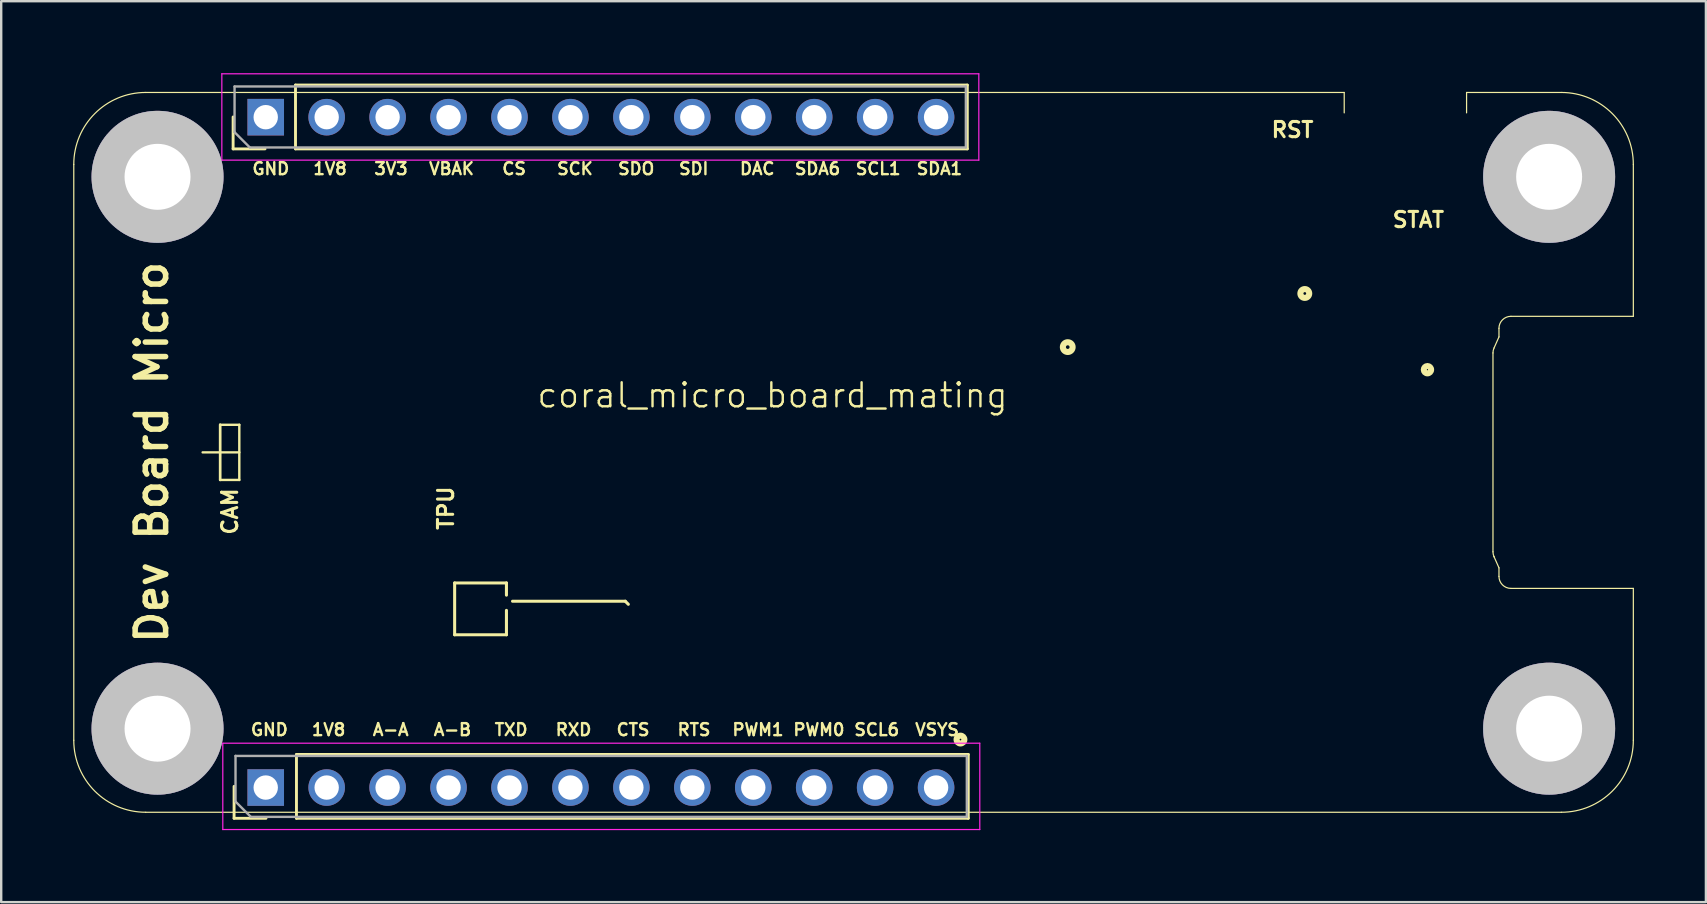
<source format=kicad_pcb>
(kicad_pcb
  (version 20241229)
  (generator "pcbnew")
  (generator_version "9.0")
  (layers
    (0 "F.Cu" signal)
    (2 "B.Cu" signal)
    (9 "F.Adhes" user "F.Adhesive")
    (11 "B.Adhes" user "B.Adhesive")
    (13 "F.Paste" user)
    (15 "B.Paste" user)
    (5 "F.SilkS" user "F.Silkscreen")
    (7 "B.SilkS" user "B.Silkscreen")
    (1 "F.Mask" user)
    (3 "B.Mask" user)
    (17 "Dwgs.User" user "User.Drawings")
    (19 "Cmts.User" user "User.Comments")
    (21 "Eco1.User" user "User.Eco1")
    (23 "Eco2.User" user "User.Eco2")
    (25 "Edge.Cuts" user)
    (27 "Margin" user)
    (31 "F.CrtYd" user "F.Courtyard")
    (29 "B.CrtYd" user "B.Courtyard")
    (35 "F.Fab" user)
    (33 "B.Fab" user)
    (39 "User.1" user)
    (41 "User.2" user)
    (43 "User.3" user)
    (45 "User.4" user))
  (footprint "coral_micro_board_mating"
    (layer "F.Cu")
    (at 29.146 13.925)
    (property "Reference" "coral_micro_board_mating" (at 0 -0.5 0) (unlocked yes) (layer "F.SilkS") (effects (font (size 1 1) (thickness 0.1))))
    (attr through_hole)
    (fp_line (start -29.121 13.879) (end -29.121 -10.121) (stroke (width 0.05) (type solid)) (layer "F.SilkS"))
    (fp_line (start -26.121 -13.121) (end 23.829 -13.121) (stroke (width 0.05) (type solid)) (layer "F.SilkS"))
    (fp_line (start -23.022 0.729) (end -23.022 3.029) (stroke (width 0.1) (type default)) (layer "F.SilkS"))
    (fp_line (start -23.022 0.729) (end -22.222 0.729) (stroke (width 0.1) (type default)) (layer "F.SilkS"))
    (fp_line (start -23.022 3.029) (end -23.022 0.729) (stroke (width 0.1) (type default)) (layer "F.SilkS"))
    (fp_line (start -22.48 -10.77) (end -22.48 -12.1) (stroke (width 0.12) (type solid)) (layer "F.SilkS"))
    (fp_line (start -22.44 17.13) (end -22.44 15.8) (stroke (width 0.12) (type solid)) (layer "F.SilkS"))
    (fp_line (start -22.222 0.729) (end -22.222 3.029) (stroke (width 0.1) (type default)) (layer "F.SilkS"))
    (fp_line (start -22.222 1.879) (end -23.75 1.879) (stroke (width 0.1) (type default)) (layer "F.SilkS"))
    (fp_line (start -22.222 3.029) (end -23.022 3.029) (stroke (width 0.1) (type default)) (layer "F.SilkS"))
    (fp_line (start -21.15 -10.77) (end -22.48 -10.77) (stroke (width 0.12) (type solid)) (layer "F.SilkS"))
    (fp_line (start -21.11 17.13) (end -22.44 17.13) (stroke (width 0.12) (type solid)) (layer "F.SilkS"))
    (fp_line (start -19.88 -13.43) (end 8.12 -13.43) (stroke (width 0.12) (type solid)) (layer "F.SilkS"))
    (fp_line (start -19.88 -10.77) (end -19.88 -13.43) (stroke (width 0.12) (type solid)) (layer "F.SilkS"))
    (fp_line (start -19.88 -10.77) (end 8.12 -10.77) (stroke (width 0.12) (type solid)) (layer "F.SilkS"))
    (fp_line (start -19.84 14.47) (end 8.16 14.47) (stroke (width 0.12) (type solid)) (layer "F.SilkS"))
    (fp_line (start -19.84 17.13) (end -19.84 14.47) (stroke (width 0.12) (type solid)) (layer "F.SilkS"))
    (fp_line (start -19.84 17.13) (end 8.16 17.13) (stroke (width 0.12) (type solid)) (layer "F.SilkS"))
    (fp_line (start -13.247 7.322) (end -11.088 7.322) (stroke (width 0.127) (type solid)) (layer "F.SilkS"))
    (fp_line (start -13.247 9.481) (end -13.247 7.322) (stroke (width 0.127) (type solid)) (layer "F.SilkS"))
    (fp_line (start -13.247 9.481) (end -11.088 9.481) (stroke (width 0.127) (type solid)) (layer "F.SilkS"))
    (fp_line (start -11.088 7.83) (end -11.088 7.322) (stroke (width 0.127) (type solid)) (layer "F.SilkS"))
    (fp_line (start -11.088 9.481) (end -11.088 8.465) (stroke (width 0.127) (type solid)) (layer "F.SilkS"))
    (fp_line (start -10.834 8.084) (end -6.135 8.084) (stroke (width 0.127) (type solid)) (layer "F.SilkS"))
    (fp_line (start -6.135 8.084) (end -6.008 8.211) (stroke (width 0.127) (type solid)) (layer "F.SilkS"))
    (fp_line (start 8.12 -10.77) (end 8.12 -13.43) (stroke (width 0.12) (type solid)) (layer "F.SilkS"))
    (fp_line (start 8.16 17.13) (end 8.16 14.47) (stroke (width 0.12) (type solid)) (layer "F.SilkS"))
    (fp_line (start 23.829 -13.121) (end 23.829 -12.271) (stroke (width 0.05) (type solid)) (layer "F.SilkS"))
    (fp_line (start 28.929 -13.121) (end 32.879 -13.121) (stroke (width 0.05) (type solid)) (layer "F.SilkS"))
    (fp_line (start 28.929 -12.271) (end 28.929 -13.121) (stroke (width 0.05) (type solid)) (layer "F.SilkS"))
    (fp_line (start 30.029 -2.265) (end 30.029 6.022) (stroke (width 0.05) (type solid)) (layer "F.SilkS"))
    (fp_line (start 30.072 6.226) (end 30.072 6.226) (stroke (width 0.05) (type solid)) (layer "F.SilkS"))
    (fp_line (start 30.072 6.226) (end 30.279 6.691) (stroke (width 0.05) (type solid)) (layer "F.SilkS"))
    (fp_line (start 30.279 -3.291) (end 30.279 -2.933) (stroke (width 0.05) (type solid)) (layer "F.SilkS"))
    (fp_line (start 30.279 -2.933) (end 30.072 -2.468) (stroke (width 0.05) (type solid)) (layer "F.SilkS"))
    (fp_line (start 30.279 6.691) (end 30.279 7.049) (stroke (width 0.05) (type solid)) (layer "F.SilkS"))
    (fp_line (start 30.779 7.549) (end 35.879 7.549) (stroke (width 0.05) (type solid)) (layer "F.SilkS"))
    (fp_line (start 32.879 16.879) (end -26.121 16.879) (stroke (width 0.05) (type solid)) (layer "F.SilkS"))
    (fp_line (start 35.879 -10.121) (end 35.879 -3.791) (stroke (width 0.05) (type solid)) (layer "F.SilkS"))
    (fp_line (start 35.879 -3.791) (end 30.779 -3.791) (stroke (width 0.05) (type solid)) (layer "F.SilkS"))
    (fp_line (start 35.879 7.549) (end 35.879 13.879) (stroke (width 0.05) (type solid)) (layer "F.SilkS"))
    (fp_arc (start -29.12132 -10.12132) (mid -28.24264 -12.24264) (end -26.12132 -13.12132) (stroke (width 0.05) (type solid)) (layer "F.SilkS"))
    (fp_arc (start -26.12132 16.87868) (mid -28.24264 16) (end -29.12132 13.87868) (stroke (width 0.05) (type solid)) (layer "F.SilkS"))
    (fp_arc (start 30.02868 -2.26512) (mid 30.039592 -2.369007) (end 30.07185 -2.46836) (stroke (width 0.05) (type solid)) (layer "F.SilkS"))
    (fp_arc (start 30.07185 6.22571) (mid 30.0396 6.126355) (end 30.02868 6.02247) (stroke (width 0.05) (type solid)) (layer "F.SilkS"))
    (fp_arc (start 30.27868 -3.29132) (mid 30.425127 -3.644873) (end 30.77868 -3.79132) (stroke (width 0.05) (type solid)) (layer "F.SilkS"))
    (fp_arc (start 30.77868 7.54868) (mid 30.425127 7.402233) (end 30.27868 7.04868) (stroke (width 0.05) (type solid)) (layer "F.SilkS"))
    (fp_arc (start 32.87868 -13.12132) (mid 35 -12.24264) (end 35.87868 -10.12132) (stroke (width 0.05) (type solid)) (layer "F.SilkS"))
    (fp_arc (start 35.87868 13.87868) (mid 35 16) (end 32.87868 16.87868) (stroke (width 0.05) (type solid)) (layer "F.SilkS"))
    (fp_circle (center 7.835 13.849) (end 7.835 13.814) (stroke (width 0.254) (type solid)) (fill no) (layer "F.SilkS"))
    (fp_circle (center 12.306 -2.508) (end 12.306 -2.584) (stroke (width 0.254) (type solid)) (fill no) (layer "F.SilkS"))
    (fp_circle (center 22.186 -4.743) (end 22.186 -4.8) (stroke (width 0.254) (type solid)) (fill no) (layer "F.SilkS"))
    (fp_circle (center 27.298 -1.567) (end 27.298 -1.592) (stroke (width 0.254) (type solid)) (fill no) (layer "F.SilkS"))
    (fp_line (start -22.95 -13.9) (end -22.95 -10.3) (stroke (width 0.05) (type solid)) (layer "F.CrtYd"))
    (fp_line (start -22.95 -10.3) (end 8.6 -10.3) (stroke (width 0.05) (type solid)) (layer "F.CrtYd"))
    (fp_line (start -22.91 14) (end -22.91 17.6) (stroke (width 0.05) (type solid)) (layer "F.CrtYd"))
    (fp_line (start -22.91 17.6) (end 8.64 17.6) (stroke (width 0.05) (type solid)) (layer "F.CrtYd"))
    (fp_line (start 8.6 -13.9) (end -22.95 -13.9) (stroke (width 0.05) (type solid)) (layer "F.CrtYd"))
    (fp_line (start 8.6 -10.3) (end 8.6 -13.9) (stroke (width 0.05) (type solid)) (layer "F.CrtYd"))
    (fp_line (start 8.64 14) (end -22.91 14) (stroke (width 0.05) (type solid)) (layer "F.CrtYd"))
    (fp_line (start 8.64 17.6) (end 8.64 14) (stroke (width 0.05) (type solid)) (layer "F.CrtYd"))
    (fp_line (start -22.42 -13.37) (end 8.06 -13.37) (stroke (width 0.1) (type solid)) (layer "F.Fab"))
    (fp_line (start -22.42 -11.465) (end -22.42 -13.37) (stroke (width 0.1) (type solid)) (layer "F.Fab"))
    (fp_line (start -22.38 14.53) (end 8.1 14.53) (stroke (width 0.1) (type solid)) (layer "F.Fab"))
    (fp_line (start -22.38 16.435) (end -22.38 14.53) (stroke (width 0.1) (type solid)) (layer "F.Fab"))
    (fp_line (start -21.785 -10.83) (end -22.42 -11.465) (stroke (width 0.1) (type solid)) (layer "F.Fab"))
    (fp_line (start -21.745 17.07) (end -22.38 16.435) (stroke (width 0.1) (type solid)) (layer "F.Fab"))
    (fp_line (start 8.06 -13.37) (end 8.06 -10.83) (stroke (width 0.1) (type solid)) (layer "F.Fab"))
    (fp_line (start 8.06 -10.83) (end -21.785 -10.83) (stroke (width 0.1) (type solid)) (layer "F.Fab"))
    (fp_line (start 8.1 14.53) (end 8.1 17.07) (stroke (width 0.1) (type solid)) (layer "F.Fab"))
    (fp_line (start 8.1 17.07) (end -21.745 17.07) (stroke (width 0.1) (type solid)) (layer "F.Fab"))
    (fp_line (start -29.121 13.879) (end -29.121 -10.121) (stroke (width 0.013) (type solid)) (layer "User.4"))
    (fp_line (start -26.121 -13.121) (end 32.879 -13.121) (stroke (width 0.013) (type solid)) (layer "User.4"))
    (fp_line (start -26.121 16.879) (end 32.879 16.879) (stroke (width 0.013) (type solid)) (layer "User.4"))
    (fp_line (start -22.368 -13.361) (end 8.112 -13.361) (stroke (width 0.013) (type solid)) (layer "User.4"))
    (fp_line (start -22.368 -10.821) (end -22.368 -13.361) (stroke (width 0.013) (type solid)) (layer "User.4"))
    (fp_line (start -22.368 -10.821) (end 8.112 -10.821) (stroke (width 0.013) (type solid)) (layer "User.4"))
    (fp_line (start -22.368 14.579) (end 8.112 14.579) (stroke (width 0.013) (type solid)) (layer "User.4"))
    (fp_line (start -22.368 17.119) (end -22.368 14.579) (stroke (width 0.013) (type solid)) (layer "User.4"))
    (fp_line (start -22.368 17.119) (end 8.112 17.119) (stroke (width 0.013) (type solid)) (layer "User.4"))
    (fp_line (start -21.878 9.629) (end -14.378 9.629) (stroke (width 0.013) (type solid)) (layer "User.4"))
    (fp_line (start -21.878 14.129) (end -21.878 9.629) (stroke (width 0.013) (type solid)) (layer "User.4"))
    (fp_line (start -21.878 14.129) (end -14.378 14.129) (stroke (width 0.013) (type solid)) (layer "User.4"))
    (fp_line (start -20.705 -9.621) (end -16.705 -9.621) (stroke (width 0.013) (type solid)) (layer "User.4"))
    (fp_line (start -20.705 -6.621) (end -20.705 -9.621) (stroke (width 0.013) (type solid)) (layer "User.4"))
    (fp_line (start -20.705 -6.621) (end -16.705 -6.621) (stroke (width 0.013) (type solid)) (layer "User.4"))
    (fp_line (start -20.628 -0.621) (end -15.628 -0.621) (stroke (width 0.013) (type solid)) (layer "User.4"))
    (fp_line (start -20.628 9.629) (end -20.628 -0.621) (stroke (width 0.013) (type solid)) (layer "User.4"))
    (fp_line (start -18.528 -4.971) (end -17.728 -4.971) (stroke (width 0.013) (type solid)) (layer "User.4"))
    (fp_line (start -18.528 -3.271) (end -18.528 -4.971) (stroke (width 0.013) (type solid)) (layer "User.4"))
    (fp_line (start -18.528 -3.271) (end -17.728 -3.271) (stroke (width 0.013) (type solid)) (layer "User.4"))
    (fp_line (start -17.728 -3.271) (end -17.728 -4.971) (stroke (width 0.013) (type solid)) (layer "User.4"))
    (fp_line (start -16.705 -6.621) (end -16.705 -9.621) (stroke (width 0.013) (type solid)) (layer "User.4"))
    (fp_line (start -15.628 9.629) (end -15.628 -0.621) (stroke (width 0.013) (type solid)) (layer "User.4"))
    (fp_line (start -14.378 14.129) (end -14.378 9.629) (stroke (width 0.013) (type solid)) (layer "User.4"))
    (fp_line (start -1.028 1.029) (end -0.228 1.029) (stroke (width 0.013) (type solid)) (layer "User.4"))
    (fp_line (start -1.028 2.729) (end -1.028 1.029) (stroke (width 0.013) (type solid)) (layer "User.4"))
    (fp_line (start -1.028 2.729) (end -0.228 2.729) (stroke (width 0.013) (type solid)) (layer "User.4"))
    (fp_line (start -0.228 2.729) (end -0.228 1.029) (stroke (width 0.013) (type solid)) (layer "User.4"))
    (fp_line (start 1.272 0.279) (end 5.472 0.279) (stroke (width 0.013) (type solid)) (layer "User.4"))
    (fp_line (start 1.272 3.479) (end 1.272 0.279) (stroke (width 0.013) (type solid)) (layer "User.4"))
    (fp_line (start 1.272 3.479) (end 5.472 3.479) (stroke (width 0.013) (type solid)) (layer "User.4"))
    (fp_line (start 5.472 3.479) (end 5.472 0.279) (stroke (width 0.013) (type solid)) (layer "User.4"))
    (fp_line (start 6.972 1.029) (end 7.772 1.029) (stroke (width 0.013) (type solid)) (layer "User.4"))
    (fp_line (start 6.972 2.729) (end 6.972 1.029) (stroke (width 0.013) (type solid)) (layer "User.4"))
    (fp_line (start 6.972 2.729) (end 7.772 2.729) (stroke (width 0.013) (type solid)) (layer "User.4"))
    (fp_line (start 7.772 2.729) (end 7.772 1.029) (stroke (width 0.013) (type solid)) (layer "User.4"))
    (fp_line (start 8.112 -10.821) (end 8.112 -13.361) (stroke (width 0.013) (type solid)) (layer "User.4"))
    (fp_line (start 8.112 17.119) (end 8.112 14.579) (stroke (width 0.013) (type solid)) (layer "User.4"))
    (fp_line (start 34.472 -5.971) (end 35.272 -5.971) (stroke (width 0.013) (type solid)) (layer "User.4"))
    (fp_line (start 34.472 -4.271) (end 34.472 -5.971) (stroke (width 0.013) (type solid)) (layer "User.4"))
    (fp_line (start 34.472 -4.271) (end 35.272 -4.271) (stroke (width 0.013) (type solid)) (layer "User.4"))
    (fp_line (start 34.472 8.029) (end 35.272 8.029) (stroke (width 0.013) (type solid)) (layer "User.4"))
    (fp_line (start 34.472 9.729) (end 34.472 8.029) (stroke (width 0.013) (type solid)) (layer "User.4"))
    (fp_line (start 34.472 9.729) (end 35.272 9.729) (stroke (width 0.013) (type solid)) (layer "User.4"))
    (fp_line (start 35.272 -4.271) (end 35.272 -5.971) (stroke (width 0.013) (type solid)) (layer "User.4"))
    (fp_line (start 35.272 9.729) (end 35.272 8.029) (stroke (width 0.013) (type solid)) (layer "User.4"))
    (fp_line (start 35.879 13.879) (end 35.879 -10.121) (stroke (width 0.013) (type solid)) (layer "User.4"))
    (fp_arc (start -29.12132 -10.12132) (mid -28.242651 -12.242651) (end -26.12132 -13.12132) (stroke (width 0.0127) (type solid)) (layer "User.4"))
    (fp_arc (start -26.12132 16.87868) (mid -28.242615 15.999975) (end -29.12132 13.87868) (stroke (width 0.0127) (type solid)) (layer "User.4"))
    (fp_arc (start 32.87868 -13.12132) (mid 34.999951 -12.242603) (end 35.87868 -10.12132) (stroke (width 0.0127) (type solid)) (layer "User.4"))
    (fp_arc (start 35.87868 13.87868) (mid 35.000009 16.000009) (end 32.87868 16.87868) (stroke (width 0.0127) (type solid)) (layer "User.4"))
    (fp_circle (center -25.621 -9.621) (end -25.621 -10.996) (stroke (width 0.013) (type solid)) (fill no) (layer "User.4"))
    (fp_circle (center -25.621 13.379) (end -25.621 12.004) (stroke (width 0.013) (type solid)) (fill no) (layer "User.4"))
    (fp_circle (center -18.128 -8.121) (end -18.128 -8.446) (stroke (width 0.013) (type solid)) (fill no) (layer "User.4"))
    (fp_circle (center -18.128 1.879) (end -18.128 -0.121) (stroke (width 0.013) (type solid)) (fill no) (layer "User.4"))
    (fp_circle (center 32.379 -9.621) (end 32.379 -10.996) (stroke (width 0.013) (type solid)) (fill no) (layer "User.4"))
    (fp_circle (center 32.379 13.379) (end 32.379 12.004) (stroke (width 0.013) (type solid)) (fill no) (layer "User.4"))
    (fp_text user "PWM1" (at -1.73 13.73 0) (unlocked yes) (layer "F.SilkS") (effects (font (size 0.5 0.5) (thickness 0.1)) (justify left bottom)))
    (fp_text user "TXD" (at -11.636 13.73 0) (unlocked yes) (layer "F.SilkS") (effects (font (size 0.5 0.5) (thickness 0.1)) (justify left bottom)))
    (fp_text user "A-B" (at -14.176 13.73 0) (unlocked yes) (layer "F.SilkS") (effects (font (size 0.5 0.5) (thickness 0.1)) (justify left bottom)))
    (fp_text user "GND" (at -21.796 13.73 0) (unlocked yes) (layer "F.SilkS") (effects (font (size 0.5 0.5) (thickness 0.1)) (justify left bottom)))
    (fp_text user "3V3" (at -16.656 -9.65 0) (unlocked yes) (layer "F.SilkS") (effects (font (size 0.5 0.5) (thickness 0.1)) (justify left bottom)))
    (fp_text user "RTS" (at -4.016 13.73 0) (unlocked yes) (layer "F.SilkS") (effects (font (size 0.5 0.5) (thickness 0.1)) (justify left bottom)))
    (fp_text user "Dev Board Micro" (at -25.126 1.878 90) (unlocked yes) (layer "F.SilkS") (effects (font (size 1.27 1.27) (thickness 0.229)) (justify bottom)))
    (fp_text user "1V8" (at -19.196 -9.65 0) (unlocked yes) (layer "F.SilkS") (effects (font (size 0.5 0.5) (thickness 0.1)) (justify left bottom)))
    (fp_text user "RST" (at 20.728 -11.194 0) (unlocked yes) (layer "F.SilkS") (effects (font (size 0.635 0.635) (thickness 0.127)) (justify left bottom)))
    (fp_text user "SDA1" (at 5.95 -9.65 0) (unlocked yes) (layer "F.SilkS") (effects (font (size 0.5 0.5) (thickness 0.1)) (justify left bottom)))
    (fp_text user "SCL6" (at 3.35 13.73 0) (unlocked yes) (layer "F.SilkS") (effects (font (size 0.5 0.5) (thickness 0.1)) (justify left bottom)))
    (fp_text user "STAT" (at 25.778 -7.444 0) (unlocked yes) (layer "F.SilkS") (effects (font (size 0.635 0.635) (thickness 0.127)) (justify left bottom)))
    (fp_text user "GND" (at -21.736 -9.65 0) (unlocked yes) (layer "F.SilkS") (effects (font (size 0.5 0.5) (thickness 0.1)) (justify left bottom)))
    (fp_text user "PWM0" (at 0.81 13.73 0) (unlocked yes) (layer "F.SilkS") (effects (font (size 0.5 0.5) (thickness 0.1)) (justify left bottom)))
    (fp_text user "SCL1" (at 3.41 -9.65 0) (unlocked yes) (layer "F.SilkS") (effects (font (size 0.5 0.5) (thickness 0.1)) (justify left bottom)))
    (fp_text user "DAC" (at -1.416 -9.65 0) (unlocked yes) (layer "F.SilkS") (effects (font (size 0.5 0.5) (thickness 0.1)) (justify left bottom)))
    (fp_text user "CAM" (at -22.244 5.379 90) (unlocked yes) (layer "F.SilkS") (effects (font (size 0.635 0.635) (thickness 0.127)) (justify left bottom)))
    (fp_text user "TPU" (at -13.244 5.179 90) (unlocked yes) (layer "F.SilkS") (effects (font (size 0.635 0.635) (thickness 0.127)) (justify left bottom)))
    (fp_text user "RXD" (at -9.096 13.73 0) (unlocked yes) (layer "F.SilkS") (effects (font (size 0.5 0.5) (thickness 0.1)) (justify left bottom)))
    (fp_text user "VBAK" (at -14.37 -9.65 0) (unlocked yes) (layer "F.SilkS") (effects (font (size 0.5 0.5) (thickness 0.1)) (justify left bottom)))
    (fp_text user "VSYS" (at 5.89 13.73 0) (unlocked yes) (layer "F.SilkS") (effects (font (size 0.5 0.5) (thickness 0.1)) (justify left bottom)))
    (fp_text user "CS" (at -11.322 -9.65 0) (unlocked yes) (layer "F.SilkS") (effects (font (size 0.5 0.5) (thickness 0.1)) (justify left bottom)))
    (fp_text user "SDA6" (at 0.87 -9.65 0) (unlocked yes) (layer "F.SilkS") (effects (font (size 0.5 0.5) (thickness 0.1)) (justify left bottom)))
    (fp_text user "SDI" (at -3.956 -9.65 0) (unlocked yes) (layer "F.SilkS") (effects (font (size 0.5 0.5) (thickness 0.1)) (justify left bottom)))
    (fp_text user "SDO" (at -6.496 -9.65 0) (unlocked yes) (layer "F.SilkS") (effects (font (size 0.5 0.5) (thickness 0.1)) (justify left bottom)))
    (fp_text user "SCK" (at -9.036 -9.65 0) (unlocked yes) (layer "F.SilkS") (effects (font (size 0.5 0.5) (thickness 0.1)) (justify left bottom)))
    (fp_text user "A-A" (at -16.716 13.73 0) (unlocked yes) (layer "F.SilkS") (effects (font (size 0.5 0.5) (thickness 0.1)) (justify left bottom)))
    (fp_text user "1V8" (at -19.256 13.73 0) (unlocked yes) (layer "F.SilkS") (effects (font (size 0.5 0.5) (thickness 0.1)) (justify left bottom)))
    (fp_text user "CTS" (at -6.556 13.73 0) (unlocked yes) (layer "F.SilkS") (effects (font (size 0.5 0.5) (thickness 0.1)) (justify left bottom)))
    (pad "" thru_hole circle (at -25.63 -9.605) (size 5.5 5.5) (drill 2.75) (layers "*.Cu" "F.Paste" "Dwgs.User"))
    (pad "" thru_hole circle (at -25.63 13.395) (size 5.5 5.5) (drill 2.75) (layers "*.Cu" "F.Paste" "Dwgs.User"))
    (pad "" thru_hole circle (at 32.37 -9.605) (size 5.5 5.5) (drill 2.75) (layers "*.Cu" "F.Paste" "Dwgs.User"))
    (pad "" thru_hole circle (at 32.37 13.395) (size 5.5 5.5) (drill 2.75) (layers "*.Cu" "F.Paste" "Dwgs.User"))
    (pad "1" thru_hole rect (at -21.121 -12.091) (size 1.524 1.524) (drill 1.016) (layers "*.Cu" "*.Mask"))
    (pad "2" thru_hole circle (at -18.581 -12.091) (size 1.524 1.524) (drill 1.016) (layers "*.Cu" "*.Mask"))
    (pad "3" thru_hole circle (at -16.041 -12.091) (size 1.524 1.524) (drill 1.016) (layers "*.Cu" "*.Mask"))
    (pad "4" thru_hole circle (at -13.501 -12.091) (size 1.524 1.524) (drill 1.016) (layers "*.Cu" "*.Mask"))
    (pad "5" thru_hole circle (at -10.961 -12.091) (size 1.524 1.524) (drill 1.016) (layers "*.Cu" "*.Mask"))
    (pad "6" thru_hole circle (at -8.421 -12.091) (size 1.524 1.524) (drill 1.016) (layers "*.Cu" "*.Mask"))
    (pad "7" thru_hole circle (at -5.881 -12.091) (size 1.524 1.524) (drill 1.016) (layers "*.Cu" "*.Mask"))
    (pad "8" thru_hole circle (at -3.341 -12.091) (size 1.524 1.524) (drill 1.016) (layers "*.Cu" "*.Mask"))
    (pad "9" thru_hole circle (at -0.801 -12.091) (size 1.524 1.524) (drill 1.016) (layers "*.Cu" "*.Mask"))
    (pad "10" thru_hole circle (at 1.739 -12.091) (size 1.524 1.524) (drill 1.016) (layers "*.Cu" "*.Mask"))
    (pad "11" thru_hole circle (at 4.279 -12.091) (size 1.524 1.524) (drill 1.016) (layers "*.Cu" "*.Mask"))
    (pad "12" thru_hole circle (at 6.819 -12.091) (size 1.524 1.524) (drill 1.016) (layers "*.Cu" "*.Mask"))
    (pad "13" thru_hole rect (at -21.121 15.849) (size 1.524 1.524) (drill 1.016) (layers "*.Cu" "*.Mask"))
    (pad "14" thru_hole circle (at -18.581 15.849) (size 1.524 1.524) (drill 1.016) (layers "*.Cu" "*.Mask"))
    (pad "15" thru_hole circle (at -16.041 15.849) (size 1.524 1.524) (drill 1.016) (layers "*.Cu" "*.Mask"))
    (pad "16" thru_hole circle (at -13.501 15.849) (size 1.524 1.524) (drill 1.016) (layers "*.Cu" "*.Mask"))
    (pad "17" thru_hole circle (at -10.961 15.849) (size 1.524 1.524) (drill 1.016) (layers "*.Cu" "*.Mask"))
    (pad "18" thru_hole circle (at -8.421 15.849) (size 1.524 1.524) (drill 1.016) (layers "*.Cu" "*.Mask"))
    (pad "19" thru_hole circle (at -5.881 15.849) (size 1.524 1.524) (drill 1.016) (layers "*.Cu" "*.Mask"))
    (pad "20" thru_hole circle (at -3.341 15.849) (size 1.524 1.524) (drill 1.016) (layers "*.Cu" "*.Mask"))
    (pad "21" thru_hole circle (at -0.801 15.849) (size 1.524 1.524) (drill 1.016) (layers "*.Cu" "*.Mask"))
    (pad "22" thru_hole circle (at 1.739 15.849) (size 1.524 1.524) (drill 1.016) (layers "*.Cu" "*.Mask"))
    (pad "23" thru_hole circle (at 4.279 15.849) (size 1.524 1.524) (drill 1.016) (layers "*.Cu" "*.Mask"))
    (pad "24" thru_hole circle (at 6.819 15.849) (size 1.524 1.524) (drill 1.016) (layers "*.Cu" "*.Mask")))
  (gr_rect
    (start -3 -3)
    (end 68.05 34.55)
    (stroke (width 0.1) (type default))
    (fill no)
    (layer "Edge.Cuts")))
</source>
